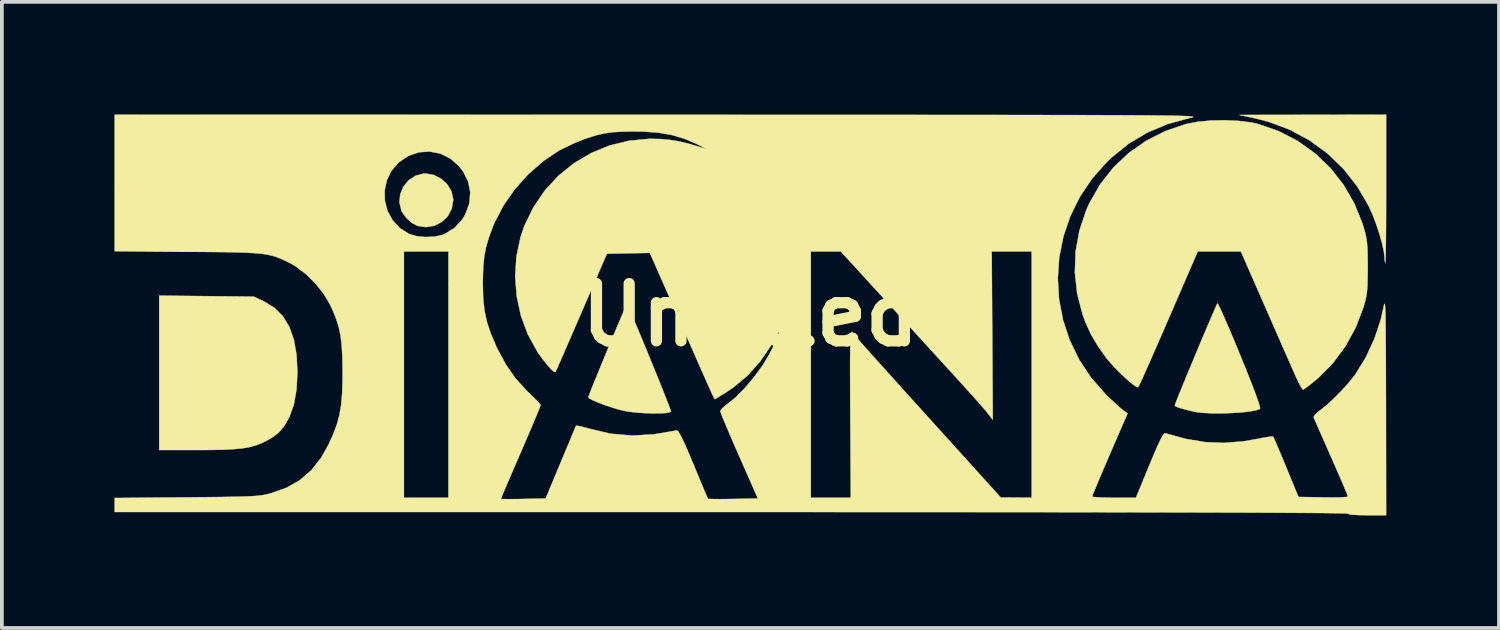
<source format=kicad_pcb>
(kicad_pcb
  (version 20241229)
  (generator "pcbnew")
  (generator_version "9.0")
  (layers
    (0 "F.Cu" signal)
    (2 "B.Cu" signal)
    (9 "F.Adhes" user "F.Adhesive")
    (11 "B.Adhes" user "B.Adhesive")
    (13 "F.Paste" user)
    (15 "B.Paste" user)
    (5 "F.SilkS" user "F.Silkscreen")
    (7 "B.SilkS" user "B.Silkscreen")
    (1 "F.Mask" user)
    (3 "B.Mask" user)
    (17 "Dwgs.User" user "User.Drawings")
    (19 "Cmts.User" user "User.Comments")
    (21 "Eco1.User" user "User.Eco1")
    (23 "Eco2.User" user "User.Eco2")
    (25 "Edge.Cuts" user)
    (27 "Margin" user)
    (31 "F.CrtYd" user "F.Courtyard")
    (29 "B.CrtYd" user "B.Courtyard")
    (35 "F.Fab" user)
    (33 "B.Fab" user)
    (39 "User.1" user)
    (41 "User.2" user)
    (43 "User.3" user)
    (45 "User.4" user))
  (footprint "Untitled"
    (layer "F.Cu")
    (at 16.938 5.339)
    (property "Reference" "Untitled" (at 0 0 0) (layer "F.SilkS") (effects (font (size 1.524 1.524) (thickness 0.3))))
    (attr through_hole)
    (fp_poly (pts (xy -8.434 -3.73) (xy -8.235 -3.627) (xy -8.072 -3.474) (xy -7.96 -3.286) (xy -7.916 -3.077) (xy -7.916 -3.065) (xy -7.955 -2.831) (xy -8.06 -2.632) (xy -8.22 -2.477) (xy -8.419 -2.376) (xy -8.645 -2.34) (xy -8.864 -2.372) (xy -9.018 -2.452) (xy -9.166 -2.585) (xy -9.279 -2.743) (xy -9.297 -2.782) (xy -9.349 -3.001) (xy -9.327 -3.218) (xy -9.243 -3.418) (xy -9.105 -3.586) (xy -8.924 -3.707) (xy -8.711 -3.764) (xy -8.653 -3.767) (xy -8.434 -3.73)) (stroke (width 0.01) (type solid)) (fill yes) (layer "F.SilkS"))
    (fp_poly (pts (xy -14.489 -0.501) (xy -13.229 -0.487) (xy -12.965 -0.365) (xy -12.683 -0.195) (xy -12.456 0.031) (xy -12.282 0.315) (xy -12.16 0.66) (xy -12.089 1.07) (xy -12.066 1.524) (xy -12.09 1.989) (xy -12.161 2.385) (xy -12.279 2.714) (xy -12.292 2.741) (xy -12.424 2.967) (xy -12.569 3.137) (xy -12.752 3.274) (xy -12.866 3.339) (xy -13.018 3.414) (xy -13.171 3.473) (xy -13.336 3.518) (xy -13.526 3.552) (xy -13.753 3.574) (xy -14.031 3.589) (xy -14.369 3.596) (xy -14.721 3.598) (xy -15.748 3.598) (xy -15.748 -0.515) (xy -14.489 -0.501)) (stroke (width 0.01) (type solid)) (fill yes) (layer "F.SilkS"))
    (fp_poly (pts (xy 16.933 -3.365) (xy 16.933 -2.966) (xy 16.932 -2.594) (xy 16.93 -2.258) (xy 16.927 -1.965) (xy 16.924 -1.724) (xy 16.92 -1.544) (xy 16.916 -1.432) (xy 16.912 -1.397) (xy 16.897 -1.434) (xy 16.891 -1.519) (xy 16.874 -1.682) (xy 16.827 -1.901) (xy 16.756 -2.154) (xy 16.668 -2.419) (xy 16.57 -2.677) (xy 16.468 -2.902) (xy 16.163 -3.424) (xy 15.795 -3.892) (xy 15.369 -4.303) (xy 14.89 -4.652) (xy 14.364 -4.935) (xy 13.797 -5.147) (xy 13.415 -5.245) (xy 13.018 -5.328) (xy 14.975 -5.331) (xy 16.933 -5.334) (xy 16.933 -3.365)) (stroke (width 0.01) (type solid)) (fill yes) (layer "F.SilkS"))
    (fp_poly (pts (xy 12.462 -0.276) (xy 12.512 -0.175) (xy 12.587 -0.013) (xy 12.681 0.202) (xy 12.793 0.461) (xy 12.917 0.756) (xy 13.046 1.069) (xy 13.22 1.499) (xy 13.36 1.852) (xy 13.465 2.129) (xy 13.535 2.329) (xy 13.572 2.454) (xy 13.574 2.504) (xy 13.573 2.504) (xy 13.466 2.541) (xy 13.293 2.572) (xy 13.071 2.596) (xy 12.82 2.612) (xy 12.557 2.621) (xy 12.301 2.62) (xy 12.07 2.609) (xy 11.883 2.588) (xy 11.832 2.579) (xy 11.589 2.521) (xy 11.418 2.472) (xy 11.322 2.432) (xy 11.303 2.412) (xy 11.319 2.365) (xy 11.363 2.25) (xy 11.431 2.08) (xy 11.519 1.865) (xy 11.621 1.617) (xy 11.734 1.346) (xy 11.851 1.064) (xy 11.97 0.781) (xy 12.084 0.509) (xy 12.191 0.258) (xy 12.284 0.04) (xy 12.359 -0.133) (xy 12.412 -0.252) (xy 12.438 -0.305) (xy 12.439 -0.306) (xy 12.462 -0.276)) (stroke (width 0.01) (type solid)) (fill yes) (layer "F.SilkS"))
    (fp_poly (pts (xy -3.291 -0.224) (xy -3.264 -0.196) (xy -3.227 -0.134) (xy -3.176 -0.03) (xy -3.107 0.122) (xy -3.019 0.328) (xy -2.906 0.597) (xy -2.767 0.934) (xy -2.695 1.108) (xy -2.562 1.434) (xy -2.439 1.737) (xy -2.331 2.006) (xy -2.241 2.234) (xy -2.173 2.41) (xy -2.13 2.526) (xy -2.116 2.572) (xy -2.156 2.596) (xy -2.263 2.613) (xy -2.421 2.621) (xy -2.612 2.622) (xy -2.821 2.615) (xy -3.031 2.6) (xy -3.224 2.579) (xy -3.365 2.554) (xy -3.534 2.512) (xy -3.72 2.455) (xy -3.907 2.391) (xy -4.078 2.325) (xy -4.214 2.265) (xy -4.299 2.217) (xy -4.318 2.193) (xy -4.302 2.146) (xy -4.259 2.033) (xy -4.192 1.866) (xy -4.107 1.656) (xy -4.008 1.415) (xy -3.901 1.155) (xy -3.791 0.887) (xy -3.682 0.625) (xy -3.578 0.378) (xy -3.486 0.16) (xy -3.41 -0.019) (xy -3.354 -0.145) (xy -3.327 -0.204) (xy -3.311 -0.225) (xy -3.291 -0.224)) (stroke (width 0.01) (type solid)) (fill yes) (layer "F.SilkS"))
    (fp_poly (pts (xy 13.004 -5.169) (xy 13.34 -5.127) (xy 13.525 -5.086) (xy 14.074 -4.895) (xy 14.58 -4.633) (xy 15.039 -4.305) (xy 15.446 -3.916) (xy 15.795 -3.472) (xy 16.082 -2.977) (xy 16.302 -2.437) (xy 16.367 -2.219) (xy 16.4 -2.076) (xy 16.423 -1.922) (xy 16.436 -1.736) (xy 16.443 -1.502) (xy 16.444 -1.249) (xy 16.441 -0.983) (xy 16.435 -0.781) (xy 16.423 -0.622) (xy 16.403 -0.486) (xy 16.371 -0.352) (xy 16.327 -0.199) (xy 16.325 -0.193) (xy 16.12 0.342) (xy 15.846 0.84) (xy 15.51 1.291) (xy 15.12 1.684) (xy 15.061 1.733) (xy 14.924 1.844) (xy 14.811 1.931) (xy 14.737 1.981) (xy 14.719 1.989) (xy 14.687 1.953) (xy 14.632 1.859) (xy 14.565 1.723) (xy 14.547 1.683) (xy 14.498 1.575) (xy 14.421 1.4) (xy 14.319 1.169) (xy 14.197 0.892) (xy 14.06 0.58) (xy 13.912 0.243) (xy 13.758 -0.107) (xy 13.736 -0.159) (xy 13.063 -1.693) (xy 11.916 -1.693) (xy 11.136 0.108) (xy 10.977 0.475) (xy 10.827 0.817) (xy 10.691 1.128) (xy 10.571 1.398) (xy 10.472 1.621) (xy 10.395 1.789) (xy 10.346 1.893) (xy 10.328 1.927) (xy 10.278 1.912) (xy 10.184 1.847) (xy 10.059 1.743) (xy 9.915 1.612) (xy 9.767 1.467) (xy 9.627 1.318) (xy 9.507 1.179) (xy 9.474 1.137) (xy 9.244 0.812) (xy 9.065 0.505) (xy 8.921 0.188) (xy 8.848 -0.013) (xy 8.704 -0.566) (xy 8.642 -1.128) (xy 8.662 -1.692) (xy 8.763 -2.248) (xy 8.944 -2.788) (xy 9.032 -2.985) (xy 9.32 -3.485) (xy 9.67 -3.93) (xy 10.079 -4.316) (xy 10.542 -4.64) (xy 11.054 -4.899) (xy 11.599 -5.084) (xy 11.903 -5.144) (xy 12.257 -5.178) (xy 12.633 -5.186) (xy 13.004 -5.169)) (stroke (width 0.01) (type solid)) (fill yes) (layer "F.SilkS"))
    (fp_poly (pts (xy -2.424 -5.331) (xy -1.108 -5.331) (xy 0.125 -5.33) (xy 1.279 -5.33) (xy 2.356 -5.33) (xy 3.358 -5.329) (xy 4.289 -5.329) (xy 5.15 -5.328) (xy 5.945 -5.328) (xy 6.676 -5.327) (xy 7.345 -5.326) (xy 7.955 -5.325) (xy 8.509 -5.324) (xy 9.009 -5.323) (xy 9.457 -5.321) (xy 9.857 -5.32) (xy 10.211 -5.318) (xy 10.521 -5.316) (xy 10.79 -5.313) (xy 11.021 -5.311) (xy 11.216 -5.308) (xy 11.378 -5.304) (xy 11.509 -5.301) (xy 11.611 -5.297) (xy 11.689 -5.293) (xy 11.743 -5.288) (xy 11.777 -5.284) (xy 11.793 -5.278) (xy 11.793 -5.273) (xy 11.781 -5.267) (xy 11.759 -5.26) (xy 11.729 -5.253) (xy 11.705 -5.248) (xy 11.112 -5.085) (xy 10.569 -4.856) (xy 10.07 -4.557) (xy 9.61 -4.185) (xy 9.494 -4.075) (xy 9.097 -3.626) (xy 8.772 -3.14) (xy 8.518 -2.625) (xy 8.336 -2.088) (xy 8.226 -1.537) (xy 8.188 -0.978) (xy 8.221 -0.419) (xy 8.326 0.132) (xy 8.503 0.668) (xy 8.751 1.182) (xy 9.071 1.667) (xy 9.463 2.114) (xy 9.515 2.165) (xy 9.661 2.304) (xy 9.795 2.426) (xy 9.899 2.516) (xy 9.944 2.551) (xy 10.046 2.621) (xy 9.573 3.713) (xy 9.451 3.997) (xy 9.34 4.256) (xy 9.246 4.479) (xy 9.172 4.657) (xy 9.122 4.779) (xy 9.101 4.835) (xy 9.101 4.837) (xy 9.141 4.848) (xy 9.25 4.858) (xy 9.414 4.865) (xy 9.616 4.868) (xy 9.685 4.868) (xy 10.269 4.868) (xy 10.627 3.999) (xy 10.752 3.7) (xy 10.85 3.474) (xy 10.926 3.313) (xy 10.983 3.21) (xy 11.023 3.158) (xy 11.049 3.15) (xy 11.597 3.301) (xy 12.113 3.387) (xy 12.617 3.408) (xy 13.13 3.367) (xy 13.522 3.298) (xy 13.691 3.265) (xy 13.826 3.244) (xy 13.908 3.237) (xy 13.922 3.24) (xy 13.945 3.285) (xy 13.994 3.395) (xy 14.064 3.56) (xy 14.151 3.766) (xy 14.25 4.003) (xy 14.271 4.055) (xy 14.598 4.847) (xy 15.258 4.859) (xy 15.483 4.861) (xy 15.675 4.859) (xy 15.82 4.853) (xy 15.903 4.844) (xy 15.917 4.837) (xy 15.901 4.791) (xy 15.855 4.678) (xy 15.783 4.508) (xy 15.69 4.293) (xy 15.581 4.043) (xy 15.469 3.788) (xy 15.348 3.514) (xy 15.238 3.264) (xy 15.143 3.049) (xy 15.069 2.88) (xy 15.02 2.768) (xy 15.001 2.724) (xy 15.021 2.675) (xy 15.095 2.601) (xy 15.163 2.549) (xy 15.332 2.416) (xy 15.53 2.235) (xy 15.736 2.027) (xy 15.93 1.813) (xy 16.09 1.614) (xy 16.113 1.583) (xy 16.389 1.135) (xy 16.619 0.638) (xy 16.792 0.117) (xy 16.867 -0.218) (xy 16.878 -0.272) (xy 16.888 -0.298) (xy 16.896 -0.293) (xy 16.903 -0.251) (xy 16.909 -0.168) (xy 16.914 -0.038) (xy 16.918 0.143) (xy 16.921 0.381) (xy 16.923 0.68) (xy 16.925 1.045) (xy 16.927 1.482) (xy 16.928 1.994) (xy 16.929 2.402) (xy 16.933 5.334) (xy 16.425 5.334) (xy 16.202 5.331) (xy 16.037 5.321) (xy 15.94 5.306) (xy 15.917 5.292) (xy 15.875 5.287) (xy 15.748 5.284) (xy 15.537 5.28) (xy 15.241 5.276) (xy 14.86 5.273) (xy 14.396 5.27) (xy 13.847 5.267) (xy 13.214 5.264) (xy 12.496 5.262) (xy 11.695 5.26) (xy 10.81 5.258) (xy 9.84 5.256) (xy 8.787 5.254) (xy 7.65 5.253) (xy 6.429 5.252) (xy 5.125 5.251) (xy 3.737 5.25) (xy 2.265 5.25) (xy 0.71 5.249) (xy -0.508 5.249) (xy -16.933 5.249) (xy -16.933 4.875) (xy -15.018 4.858) (xy -14.562 4.854) (xy -14.181 4.85) (xy -13.869 4.845) (xy -13.615 4.84) (xy -13.411 4.834) (xy -13.249 4.826) (xy -13.12 4.815) (xy -13.015 4.803) (xy -12.926 4.788) (xy -12.844 4.769) (xy -12.771 4.75) (xy -12.354 4.601) (xy -11.997 4.398) (xy -11.693 4.134) (xy -11.434 3.803) (xy -11.241 3.46) (xy -11.113 3.178) (xy -11.016 2.918) (xy -10.946 2.66) (xy -10.9 2.385) (xy -10.874 2.073) (xy -10.863 1.705) (xy -10.863 1.503) (xy -10.869 1.125) (xy -10.886 0.813) (xy -10.918 0.548) (xy -10.968 0.312) (xy -11.04 0.086) (xy -11.137 -0.147) (xy -11.206 -0.294) (xy -11.373 -0.572) (xy -11.593 -0.845) (xy -11.845 -1.093) (xy -12.11 -1.294) (xy -12.277 -1.389) (xy -12.407 -1.451) (xy -12.524 -1.504) (xy -12.636 -1.547) (xy -12.752 -1.582) (xy -12.882 -1.61) (xy -13.032 -1.631) (xy -13.214 -1.647) (xy -13.434 -1.659) (xy -13.702 -1.668) (xy -14.026 -1.674) (xy -14.416 -1.678) (xy -14.88 -1.682) (xy -14.997 -1.683) (xy -16.324 -1.693) (xy -9.229 -1.693) (xy -9.229 4.868) (xy -8.043 4.868) (xy -8.043 -0.847) (xy -7.129 -0.847) (xy -7.119 -0.458) (xy -7.085 -0.124) (xy -7.019 0.185) (xy -6.916 0.496) (xy -6.769 0.838) (xy -6.735 0.91) (xy -6.508 1.33) (xy -6.253 1.694) (xy -5.948 2.029) (xy -5.863 2.11) (xy -5.741 2.229) (xy -5.646 2.327) (xy -5.594 2.391) (xy -5.588 2.404) (xy -5.604 2.45) (xy -5.65 2.565) (xy -5.722 2.737) (xy -5.816 2.959) (xy -5.927 3.219) (xy -6.051 3.509) (xy -6.117 3.661) (xy -6.247 3.961) (xy -6.365 4.235) (xy -6.468 4.474) (xy -6.551 4.668) (xy -6.61 4.809) (xy -6.642 4.886) (xy -6.646 4.898) (xy -6.607 4.902) (xy -6.497 4.905) (xy -6.333 4.905) (xy -6.13 4.903) (xy -6.051 4.901) (xy -5.455 4.889) (xy -5.057 3.937) (xy -4.946 3.671) (xy -4.846 3.432) (xy -4.762 3.229) (xy -4.698 3.075) (xy -4.658 2.98) (xy -4.648 2.954) (xy -4.605 2.951) (xy -4.501 2.972) (xy -4.356 3.01) (xy -4.301 3.027) (xy -3.728 3.162) (xy -3.156 3.213) (xy -2.583 3.18) (xy -2.387 3.15) (xy -2.213 3.119) (xy -2.066 3.094) (xy -1.971 3.078) (xy -1.952 3.075) (xy -1.914 3.113) (xy -1.848 3.229) (xy -1.755 3.424) (xy -1.636 3.695) (xy -1.519 3.974) (xy -1.412 4.232) (xy -1.316 4.463) (xy -1.235 4.656) (xy -1.174 4.799) (xy -1.137 4.881) (xy -1.129 4.896) (xy -1.083 4.901) (xy -0.968 4.904) (xy -0.797 4.905) (xy -0.587 4.903) (xy -0.457 4.901) (xy 0.198 4.889) (xy -0.303 3.75) (xy -0.431 3.459) (xy -0.546 3.192) (xy -0.645 2.959) (xy -0.724 2.771) (xy -0.778 2.636) (xy -0.803 2.566) (xy -0.804 2.56) (xy -0.772 2.508) (xy -0.691 2.433) (xy -0.64 2.395) (xy -0.4 2.201) (xy -0.148 1.947) (xy 0.098 1.654) (xy 0.324 1.344) (xy 0.512 1.035) (xy 0.597 0.864) (xy 0.673 0.693) (xy 0.709 0.597) (xy 0.707 0.576) (xy 0.666 0.63) (xy 0.586 0.757) (xy 0.568 0.786) (xy 0.261 1.237) (xy -0.077 1.616) (xy -0.456 1.933) (xy -0.687 2.086) (xy -0.949 2.245) (xy -0.999 2.149) (xy -1.027 2.091) (xy -1.084 1.964) (xy -1.168 1.776) (xy -1.275 1.536) (xy -1.401 1.251) (xy -1.542 0.931) (xy -1.695 0.583) (xy -1.737 0.487) (xy 0.72 0.487) (xy 0.741 0.508) (xy 0.762 0.487) (xy 0.741 0.466) (xy 0.72 0.487) (xy -1.737 0.487) (xy -1.812 0.318) (xy -1.972 -0.046) (xy -2.122 -0.389) (xy -2.26 -0.703) (xy -2.382 -0.979) (xy -2.484 -1.21) (xy -2.561 -1.386) (xy -2.611 -1.498) (xy -2.628 -1.536) (xy -2.682 -1.653) (xy -3.252 -1.642) (xy -3.823 -1.63) (xy -4.501 -0.064) (xy -4.649 0.278) (xy -4.786 0.594) (xy -4.91 0.878) (xy -5.015 1.12) (xy -5.1 1.312) (xy -5.159 1.446) (xy -5.19 1.514) (xy -5.193 1.521) (xy -5.233 1.511) (xy -5.31 1.443) (xy -5.411 1.331) (xy -5.526 1.188) (xy -5.643 1.026) (xy -5.677 0.975) (xy -5.93 0.515) (xy -6.114 0.019) (xy -6.226 -0.501) (xy -6.266 -1.032) (xy -6.232 -1.561) (xy -6.204 -1.693) (xy 1.609 -1.693) (xy 1.609 4.868) (xy 2.674 4.868) (xy 2.66 2.624) (xy 2.657 2.115) (xy 2.656 1.685) (xy 2.655 1.329) (xy 2.657 1.042) (xy 2.66 0.818) (xy 2.665 0.652) (xy 2.671 0.539) (xy 2.679 0.473) (xy 2.69 0.45) (xy 2.697 0.454) (xy 2.734 0.498) (xy 2.822 0.598) (xy 2.958 0.751) (xy 3.137 0.951) (xy 3.353 1.193) (xy 3.603 1.47) (xy 3.881 1.779) (xy 4.182 2.113) (xy 4.503 2.468) (xy 4.708 2.695) (xy 6.668 4.862) (xy 7.493 4.868) (xy 7.493 -1.693) (xy 6.428 -1.693) (xy 6.442 0.549) (xy 6.456 2.791) (xy 6.35 2.656) (xy 6.309 2.604) (xy 6.263 2.547) (xy 6.206 2.48) (xy 6.135 2.398) (xy 6.045 2.296) (xy 5.932 2.169) (xy 5.791 2.014) (xy 5.62 1.824) (xy 5.412 1.596) (xy 5.164 1.324) (xy 4.872 1.004) (xy 4.532 0.632) (xy 4.138 0.201) (xy 4.138 0.201) (xy 2.405 -1.693) (xy 1.609 -1.693) (xy -6.204 -1.693) (xy -6.123 -2.076) (xy -6.022 -2.371) (xy -5.781 -2.868) (xy -5.476 -3.315) (xy -5.114 -3.708) (xy -4.702 -4.041) (xy -4.247 -4.31) (xy -3.756 -4.512) (xy -3.236 -4.64) (xy -2.694 -4.692) (xy -2.4 -4.686) (xy -2.144 -4.663) (xy -1.891 -4.621) (xy -1.617 -4.555) (xy -1.298 -4.459) (xy -1.206 -4.43) (xy -1.201 -4.433) (xy -1.259 -4.467) (xy -1.371 -4.524) (xy -1.418 -4.548) (xy -1.746 -4.69) (xy -2.078 -4.79) (xy -2.434 -4.853) (xy -2.835 -4.883) (xy -3.111 -4.888) (xy -3.425 -4.883) (xy -3.682 -4.866) (xy -3.908 -4.834) (xy -4.131 -4.78) (xy -4.378 -4.7) (xy -4.629 -4.606) (xy -5.081 -4.39) (xy -5.513 -4.101) (xy -5.915 -3.75) (xy -6.274 -3.351) (xy -6.579 -2.913) (xy -6.82 -2.45) (xy -6.855 -2.365) (xy -6.963 -2.074) (xy -7.04 -1.812) (xy -7.09 -1.554) (xy -7.117 -1.272) (xy -7.128 -0.939) (xy -7.129 -0.847) (xy -8.043 -0.847) (xy -8.043 -1.693) (xy -9.229 -1.693) (xy -16.324 -1.693) (xy -16.933 -1.698) (xy -16.933 -3.316) (xy -9.743 -3.316) (xy -9.736 -3.039) (xy -9.666 -2.771) (xy -9.534 -2.527) (xy -9.343 -2.318) (xy -9.095 -2.16) (xy -9.085 -2.155) (xy -8.89 -2.098) (xy -8.655 -2.076) (xy -8.414 -2.087) (xy -8.204 -2.132) (xy -8.149 -2.153) (xy -7.881 -2.318) (xy -7.677 -2.538) (xy -7.594 -2.676) (xy -7.486 -2.974) (xy -7.462 -3.271) (xy -7.52 -3.559) (xy -7.659 -3.832) (xy -7.77 -3.972) (xy -8.002 -4.172) (xy -8.266 -4.3) (xy -8.547 -4.353) (xy -8.833 -4.333) (xy -9.11 -4.238) (xy -9.364 -4.067) (xy -9.365 -4.066) (xy -9.56 -3.843) (xy -9.685 -3.588) (xy -9.743 -3.316) (xy -16.933 -3.316) (xy -16.933 -5.334) (xy -2.424 -5.331)) (stroke (width 0.01) (type solid)) (fill yes) (layer "F.SilkS")))
  (gr_rect
    (start -3 -3)
    (end 36.877 13.678)
    (stroke (width 0.1) (type default))
    (fill no)
    (layer "Edge.Cuts")))
</source>
